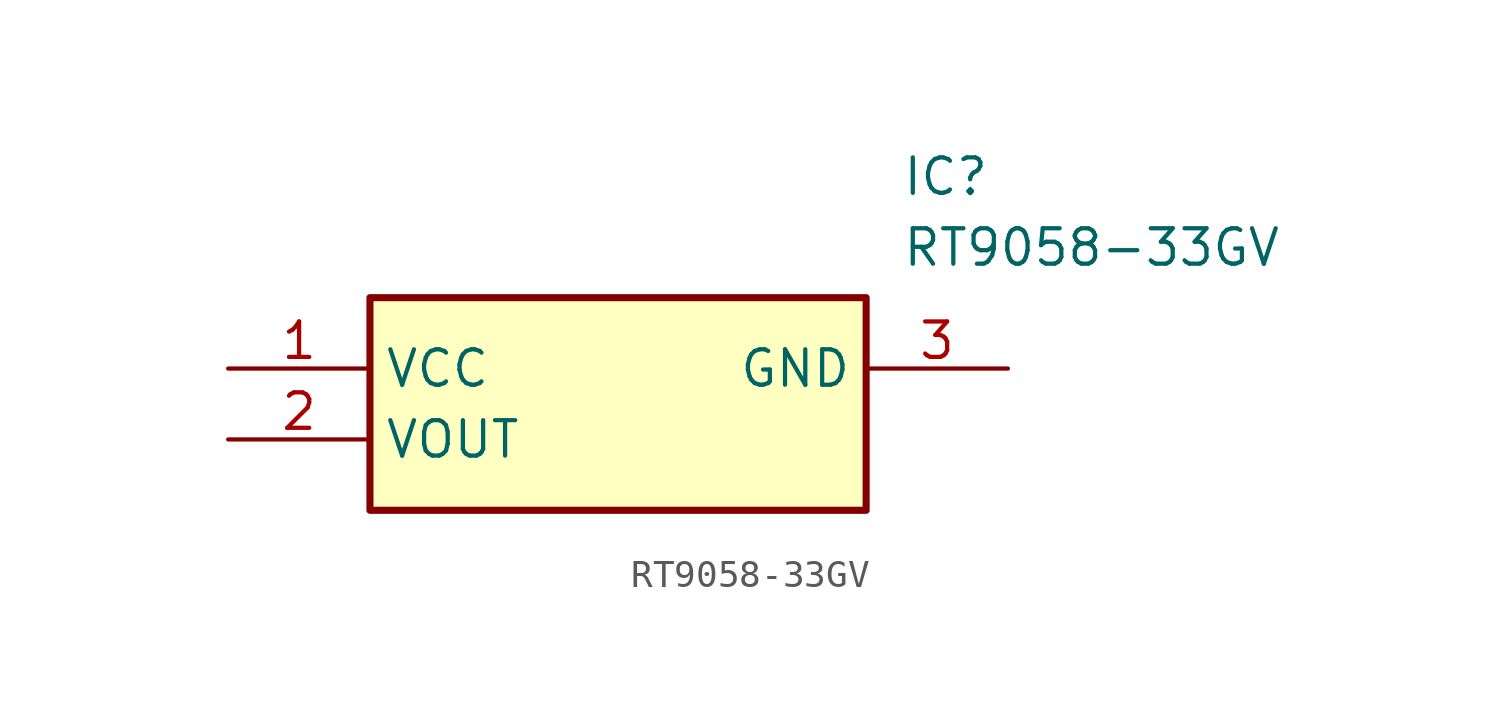
<source format=kicad_sym>
(kicad_symbol_lib
  (version 20211014)
  (generator SamacSys_ECAD_Model)
  (symbol "RT9058-33GV"
    (property "Reference" "IC"
      (at 24.13 7.62 0)
      (effects (font (size 1.27 1.27)) (justify left top)))
    (property "Value" "RT9058-33GV"
      (at 24.13 5.08 0)
      (effects (font (size 1.27 1.27)) (justify left top)))
    (rectangle
      (start 5.08 2.54)
      (end 22.86 -5.08)
      (stroke (width 0.254) (type default))
      (fill (type background)))
    (pin passive line
      (at 0 0 0)
      (length 5.08)
      (name "VCC" (effects (font (size 1.27 1.27))))
      (number "1" (effects (font (size 1.27 1.27)))))
    (pin passive line
      (at 0 -2.54 0)
      (length 5.08)
      (name "VOUT" (effects (font (size 1.27 1.27))))
      (number "2" (effects (font (size 1.27 1.27)))))
    (pin passive line
      (at 27.94 0 180)
      (length 5.08)
      (name "GND" (effects (font (size 1.27 1.27))))
      (number "3" (effects (font (size 1.27 1.27)))))))
</source>
